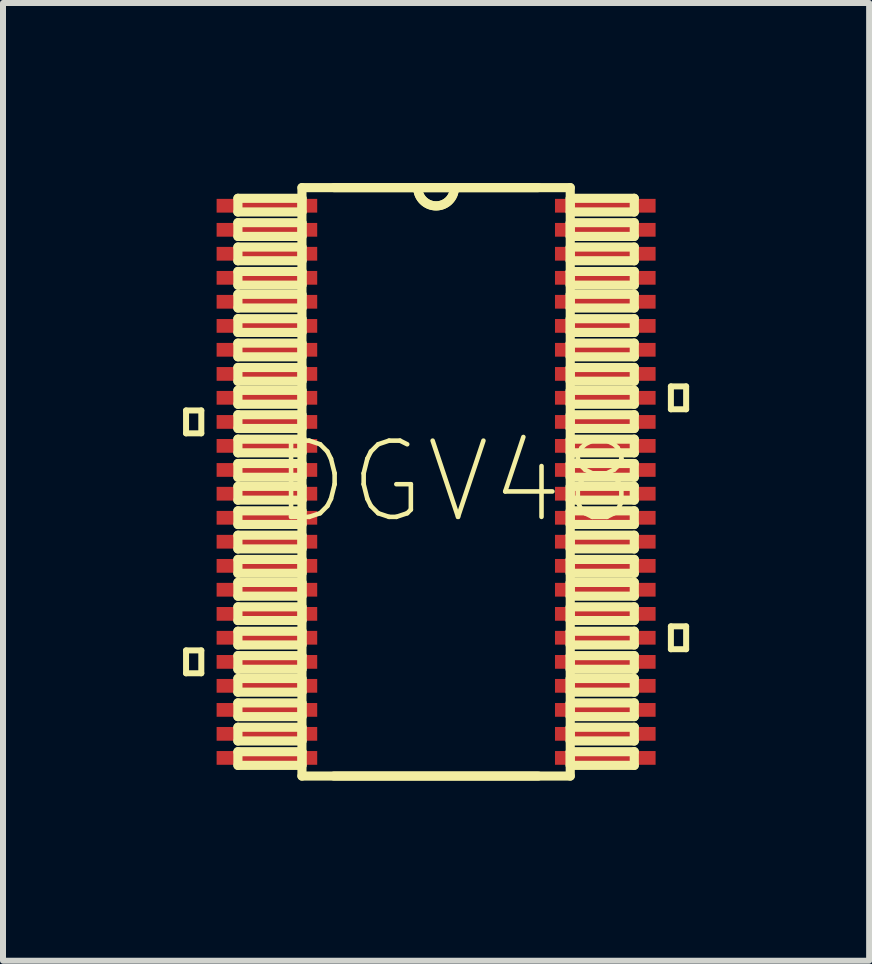
<source format=kicad_pcb>
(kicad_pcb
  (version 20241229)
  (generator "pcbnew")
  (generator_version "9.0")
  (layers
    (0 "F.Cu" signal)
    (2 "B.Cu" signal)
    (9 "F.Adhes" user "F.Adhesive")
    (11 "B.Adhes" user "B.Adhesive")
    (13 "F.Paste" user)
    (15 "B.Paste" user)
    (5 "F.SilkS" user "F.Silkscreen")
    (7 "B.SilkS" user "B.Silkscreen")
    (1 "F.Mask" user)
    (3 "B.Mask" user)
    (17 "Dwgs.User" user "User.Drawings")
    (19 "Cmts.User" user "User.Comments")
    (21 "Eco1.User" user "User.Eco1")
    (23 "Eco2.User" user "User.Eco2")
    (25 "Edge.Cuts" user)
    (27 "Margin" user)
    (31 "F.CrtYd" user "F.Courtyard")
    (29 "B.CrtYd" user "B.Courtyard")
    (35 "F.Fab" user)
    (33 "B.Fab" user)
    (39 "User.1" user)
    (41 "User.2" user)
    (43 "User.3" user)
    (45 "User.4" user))
  (footprint "DGV48"
    (layer "F.Cu")
    (at 4.216 4.978)
    (property "Reference" "DGV48" (at 0.305 0 0) (layer "F.SilkS") (effects (font (size 1.27 1.27) (thickness 0.076))))
    (attr smd)
    (fp_line (start -4.166 -1.189) (end -4.166 -0.808) (stroke (width 0.1) (type solid)) (layer "F.SilkS"))
    (fp_line (start -4.166 -0.808) (end -3.912 -0.808) (stroke (width 0.1) (type solid)) (layer "F.SilkS"))
    (fp_line (start -4.166 2.809) (end -4.166 3.19) (stroke (width 0.1) (type solid)) (layer "F.SilkS"))
    (fp_line (start -4.166 3.19) (end -3.912 3.19) (stroke (width 0.1) (type solid)) (layer "F.SilkS"))
    (fp_line (start -3.912 -1.189) (end -4.166 -1.189) (stroke (width 0.1) (type solid)) (layer "F.SilkS"))
    (fp_line (start -3.912 -0.808) (end -3.912 -1.189) (stroke (width 0.1) (type solid)) (layer "F.SilkS"))
    (fp_line (start -3.912 2.809) (end -4.166 2.809) (stroke (width 0.1) (type solid)) (layer "F.SilkS"))
    (fp_line (start -3.912 3.19) (end -3.912 2.809) (stroke (width 0.1) (type solid)) (layer "F.SilkS"))
    (fp_line (start -3.302 -4.724) (end -3.302 -4.496) (stroke (width 0.152) (type solid)) (layer "F.SilkS"))
    (fp_line (start -3.302 -4.496) (end -2.235 -4.496) (stroke (width 0.152) (type solid)) (layer "F.SilkS"))
    (fp_line (start -3.302 -4.318) (end -3.302 -4.089) (stroke (width 0.152) (type solid)) (layer "F.SilkS"))
    (fp_line (start -3.302 -4.089) (end -2.235 -4.089) (stroke (width 0.152) (type solid)) (layer "F.SilkS"))
    (fp_line (start -3.302 -3.912) (end -3.302 -3.683) (stroke (width 0.152) (type solid)) (layer "F.SilkS"))
    (fp_line (start -3.302 -3.683) (end -2.235 -3.683) (stroke (width 0.152) (type solid)) (layer "F.SilkS"))
    (fp_line (start -3.302 -3.505) (end -3.302 -3.277) (stroke (width 0.152) (type solid)) (layer "F.SilkS"))
    (fp_line (start -3.302 -3.277) (end -2.235 -3.277) (stroke (width 0.152) (type solid)) (layer "F.SilkS"))
    (fp_line (start -3.302 -3.124) (end -3.302 -2.896) (stroke (width 0.152) (type solid)) (layer "F.SilkS"))
    (fp_line (start -3.302 -2.896) (end -2.235 -2.896) (stroke (width 0.152) (type solid)) (layer "F.SilkS"))
    (fp_line (start -3.302 -2.718) (end -3.302 -2.489) (stroke (width 0.152) (type solid)) (layer "F.SilkS"))
    (fp_line (start -3.302 -2.489) (end -2.235 -2.489) (stroke (width 0.152) (type solid)) (layer "F.SilkS"))
    (fp_line (start -3.302 -2.311) (end -3.302 -2.083) (stroke (width 0.152) (type solid)) (layer "F.SilkS"))
    (fp_line (start -3.302 -2.083) (end -2.235 -2.083) (stroke (width 0.152) (type solid)) (layer "F.SilkS"))
    (fp_line (start -3.302 -1.905) (end -3.302 -1.676) (stroke (width 0.152) (type solid)) (layer "F.SilkS"))
    (fp_line (start -3.302 -1.676) (end -2.235 -1.676) (stroke (width 0.152) (type solid)) (layer "F.SilkS"))
    (fp_line (start -3.302 -1.524) (end -3.302 -1.293) (stroke (width 0.152) (type solid)) (layer "F.SilkS"))
    (fp_line (start -3.302 -1.293) (end -2.235 -1.293) (stroke (width 0.152) (type solid)) (layer "F.SilkS"))
    (fp_line (start -3.302 -1.118) (end -3.302 -0.889) (stroke (width 0.152) (type solid)) (layer "F.SilkS"))
    (fp_line (start -3.302 -0.889) (end -2.235 -0.889) (stroke (width 0.152) (type solid)) (layer "F.SilkS"))
    (fp_line (start -3.302 -0.711) (end -3.302 -0.483) (stroke (width 0.152) (type solid)) (layer "F.SilkS"))
    (fp_line (start -3.302 -0.483) (end -2.235 -0.483) (stroke (width 0.152) (type solid)) (layer "F.SilkS"))
    (fp_line (start -3.302 -0.305) (end -3.302 -0.076) (stroke (width 0.152) (type solid)) (layer "F.SilkS"))
    (fp_line (start -3.302 -0.076) (end -2.235 -0.076) (stroke (width 0.152) (type solid)) (layer "F.SilkS"))
    (fp_line (start -3.302 0.076) (end -3.302 0.305) (stroke (width 0.152) (type solid)) (layer "F.SilkS"))
    (fp_line (start -3.302 0.305) (end -2.235 0.305) (stroke (width 0.152) (type solid)) (layer "F.SilkS"))
    (fp_line (start -3.302 0.483) (end -3.302 0.711) (stroke (width 0.152) (type solid)) (layer "F.SilkS"))
    (fp_line (start -3.302 0.711) (end -2.235 0.711) (stroke (width 0.152) (type solid)) (layer "F.SilkS"))
    (fp_line (start -3.302 0.889) (end -3.302 1.118) (stroke (width 0.152) (type solid)) (layer "F.SilkS"))
    (fp_line (start -3.302 1.118) (end -2.235 1.118) (stroke (width 0.152) (type solid)) (layer "F.SilkS"))
    (fp_line (start -3.302 1.293) (end -3.302 1.524) (stroke (width 0.152) (type solid)) (layer "F.SilkS"))
    (fp_line (start -3.302 1.524) (end -2.235 1.524) (stroke (width 0.152) (type solid)) (layer "F.SilkS"))
    (fp_line (start -3.302 1.676) (end -3.302 1.905) (stroke (width 0.152) (type solid)) (layer "F.SilkS"))
    (fp_line (start -3.302 1.905) (end -2.235 1.905) (stroke (width 0.152) (type solid)) (layer "F.SilkS"))
    (fp_line (start -3.302 2.083) (end -3.302 2.311) (stroke (width 0.152) (type solid)) (layer "F.SilkS"))
    (fp_line (start -3.302 2.311) (end -2.235 2.311) (stroke (width 0.152) (type solid)) (layer "F.SilkS"))
    (fp_line (start -3.302 2.489) (end -3.302 2.718) (stroke (width 0.152) (type solid)) (layer "F.SilkS"))
    (fp_line (start -3.302 2.718) (end -2.235 2.718) (stroke (width 0.152) (type solid)) (layer "F.SilkS"))
    (fp_line (start -3.302 2.896) (end -3.302 3.124) (stroke (width 0.152) (type solid)) (layer "F.SilkS"))
    (fp_line (start -3.302 3.124) (end -2.235 3.124) (stroke (width 0.152) (type solid)) (layer "F.SilkS"))
    (fp_line (start -3.302 3.277) (end -3.302 3.505) (stroke (width 0.152) (type solid)) (layer "F.SilkS"))
    (fp_line (start -3.302 3.505) (end -2.235 3.505) (stroke (width 0.152) (type solid)) (layer "F.SilkS"))
    (fp_line (start -3.302 3.683) (end -3.302 3.912) (stroke (width 0.152) (type solid)) (layer "F.SilkS"))
    (fp_line (start -3.302 3.912) (end -2.235 3.912) (stroke (width 0.152) (type solid)) (layer "F.SilkS"))
    (fp_line (start -3.302 4.089) (end -3.302 4.318) (stroke (width 0.152) (type solid)) (layer "F.SilkS"))
    (fp_line (start -3.302 4.318) (end -2.235 4.318) (stroke (width 0.152) (type solid)) (layer "F.SilkS"))
    (fp_line (start -3.302 4.496) (end -3.302 4.724) (stroke (width 0.152) (type solid)) (layer "F.SilkS"))
    (fp_line (start -3.302 4.724) (end -2.235 4.724) (stroke (width 0.152) (type solid)) (layer "F.SilkS"))
    (fp_line (start -2.235 -4.902) (end -2.235 4.902) (stroke (width 0.152) (type solid)) (layer "F.SilkS"))
    (fp_line (start -2.235 -4.724) (end -3.302 -4.724) (stroke (width 0.152) (type solid)) (layer "F.SilkS"))
    (fp_line (start -2.235 -4.496) (end -2.235 -4.724) (stroke (width 0.152) (type solid)) (layer "F.SilkS"))
    (fp_line (start -2.235 -4.318) (end -3.302 -4.318) (stroke (width 0.152) (type solid)) (layer "F.SilkS"))
    (fp_line (start -2.235 -4.089) (end -2.235 -4.318) (stroke (width 0.152) (type solid)) (layer "F.SilkS"))
    (fp_line (start -2.235 -3.912) (end -3.302 -3.912) (stroke (width 0.152) (type solid)) (layer "F.SilkS"))
    (fp_line (start -2.235 -3.683) (end -2.235 -3.912) (stroke (width 0.152) (type solid)) (layer "F.SilkS"))
    (fp_line (start -2.235 -3.505) (end -3.302 -3.505) (stroke (width 0.152) (type solid)) (layer "F.SilkS"))
    (fp_line (start -2.235 -3.277) (end -2.235 -3.505) (stroke (width 0.152) (type solid)) (layer "F.SilkS"))
    (fp_line (start -2.235 -3.124) (end -3.302 -3.124) (stroke (width 0.152) (type solid)) (layer "F.SilkS"))
    (fp_line (start -2.235 -2.896) (end -2.235 -3.124) (stroke (width 0.152) (type solid)) (layer "F.SilkS"))
    (fp_line (start -2.235 -2.718) (end -3.302 -2.718) (stroke (width 0.152) (type solid)) (layer "F.SilkS"))
    (fp_line (start -2.235 -2.489) (end -2.235 -2.718) (stroke (width 0.152) (type solid)) (layer "F.SilkS"))
    (fp_line (start -2.235 -2.311) (end -3.302 -2.311) (stroke (width 0.152) (type solid)) (layer "F.SilkS"))
    (fp_line (start -2.235 -2.083) (end -2.235 -2.311) (stroke (width 0.152) (type solid)) (layer "F.SilkS"))
    (fp_line (start -2.235 -1.905) (end -3.302 -1.905) (stroke (width 0.152) (type solid)) (layer "F.SilkS"))
    (fp_line (start -2.235 -1.676) (end -2.235 -1.905) (stroke (width 0.152) (type solid)) (layer "F.SilkS"))
    (fp_line (start -2.235 -1.524) (end -3.302 -1.524) (stroke (width 0.152) (type solid)) (layer "F.SilkS"))
    (fp_line (start -2.235 -1.293) (end -2.235 -1.524) (stroke (width 0.152) (type solid)) (layer "F.SilkS"))
    (fp_line (start -2.235 -1.118) (end -3.302 -1.118) (stroke (width 0.152) (type solid)) (layer "F.SilkS"))
    (fp_line (start -2.235 -0.889) (end -2.235 -1.118) (stroke (width 0.152) (type solid)) (layer "F.SilkS"))
    (fp_line (start -2.235 -0.711) (end -3.302 -0.711) (stroke (width 0.152) (type solid)) (layer "F.SilkS"))
    (fp_line (start -2.235 -0.483) (end -2.235 -0.711) (stroke (width 0.152) (type solid)) (layer "F.SilkS"))
    (fp_line (start -2.235 -0.305) (end -3.302 -0.305) (stroke (width 0.152) (type solid)) (layer "F.SilkS"))
    (fp_line (start -2.235 -0.076) (end -2.235 -0.305) (stroke (width 0.152) (type solid)) (layer "F.SilkS"))
    (fp_line (start -2.235 0.076) (end -3.302 0.076) (stroke (width 0.152) (type solid)) (layer "F.SilkS"))
    (fp_line (start -2.235 0.305) (end -2.235 0.076) (stroke (width 0.152) (type solid)) (layer "F.SilkS"))
    (fp_line (start -2.235 0.483) (end -3.302 0.483) (stroke (width 0.152) (type solid)) (layer "F.SilkS"))
    (fp_line (start -2.235 0.711) (end -2.235 0.483) (stroke (width 0.152) (type solid)) (layer "F.SilkS"))
    (fp_line (start -2.235 0.889) (end -3.302 0.889) (stroke (width 0.152) (type solid)) (layer "F.SilkS"))
    (fp_line (start -2.235 1.118) (end -2.235 0.889) (stroke (width 0.152) (type solid)) (layer "F.SilkS"))
    (fp_line (start -2.235 1.293) (end -3.302 1.293) (stroke (width 0.152) (type solid)) (layer "F.SilkS"))
    (fp_line (start -2.235 1.524) (end -2.235 1.293) (stroke (width 0.152) (type solid)) (layer "F.SilkS"))
    (fp_line (start -2.235 1.676) (end -3.302 1.676) (stroke (width 0.152) (type solid)) (layer "F.SilkS"))
    (fp_line (start -2.235 1.905) (end -2.235 1.676) (stroke (width 0.152) (type solid)) (layer "F.SilkS"))
    (fp_line (start -2.235 2.083) (end -3.302 2.083) (stroke (width 0.152) (type solid)) (layer "F.SilkS"))
    (fp_line (start -2.235 2.311) (end -2.235 2.083) (stroke (width 0.152) (type solid)) (layer "F.SilkS"))
    (fp_line (start -2.235 2.489) (end -3.302 2.489) (stroke (width 0.152) (type solid)) (layer "F.SilkS"))
    (fp_line (start -2.235 2.718) (end -2.235 2.489) (stroke (width 0.152) (type solid)) (layer "F.SilkS"))
    (fp_line (start -2.235 2.896) (end -3.302 2.896) (stroke (width 0.152) (type solid)) (layer "F.SilkS"))
    (fp_line (start -2.235 3.124) (end -2.235 2.896) (stroke (width 0.152) (type solid)) (layer "F.SilkS"))
    (fp_line (start -2.235 3.277) (end -3.302 3.277) (stroke (width 0.152) (type solid)) (layer "F.SilkS"))
    (fp_line (start -2.235 3.505) (end -2.235 3.277) (stroke (width 0.152) (type solid)) (layer "F.SilkS"))
    (fp_line (start -2.235 3.683) (end -3.302 3.683) (stroke (width 0.152) (type solid)) (layer "F.SilkS"))
    (fp_line (start -2.235 3.912) (end -2.235 3.683) (stroke (width 0.152) (type solid)) (layer "F.SilkS"))
    (fp_line (start -2.235 4.089) (end -3.302 4.089) (stroke (width 0.152) (type solid)) (layer "F.SilkS"))
    (fp_line (start -2.235 4.318) (end -2.235 4.089) (stroke (width 0.152) (type solid)) (layer "F.SilkS"))
    (fp_line (start -2.235 4.496) (end -3.302 4.496) (stroke (width 0.152) (type solid)) (layer "F.SilkS"))
    (fp_line (start -2.235 4.724) (end -2.235 4.496) (stroke (width 0.152) (type solid)) (layer "F.SilkS"))
    (fp_line (start -2.235 4.902) (end 2.235 4.902) (stroke (width 0.152) (type solid)) (layer "F.SilkS"))
    (fp_line (start -1.702 4.902) (end 1.702 4.902) (stroke (width 0.152) (type solid)) (layer "F.SilkS"))
    (fp_line (start -0.305 -4.902) (end -2.235 -4.902) (stroke (width 0.152) (type solid)) (layer "F.SilkS"))
    (fp_line (start -0.305 -4.902) (end -1.702 -4.902) (stroke (width 0.152) (type solid)) (layer "F.SilkS"))
    (fp_line (start 0.305 -4.902) (end -0.305 -4.902) (stroke (width 0.152) (type solid)) (layer "F.SilkS"))
    (fp_line (start 0.305 -4.902) (end -0.305 -4.902) (stroke (width 0.152) (type solid)) (layer "F.SilkS"))
    (fp_line (start 1.702 -4.902) (end 0.305 -4.902) (stroke (width 0.152) (type solid)) (layer "F.SilkS"))
    (fp_line (start 2.235 -4.902) (end 0.305 -4.902) (stroke (width 0.152) (type solid)) (layer "F.SilkS"))
    (fp_line (start 2.235 -4.724) (end 2.235 -4.496) (stroke (width 0.152) (type solid)) (layer "F.SilkS"))
    (fp_line (start 2.235 -4.496) (end 3.302 -4.496) (stroke (width 0.152) (type solid)) (layer "F.SilkS"))
    (fp_line (start 2.235 -4.318) (end 2.235 -4.089) (stroke (width 0.152) (type solid)) (layer "F.SilkS"))
    (fp_line (start 2.235 -4.089) (end 3.302 -4.089) (stroke (width 0.152) (type solid)) (layer "F.SilkS"))
    (fp_line (start 2.235 -3.912) (end 2.235 -3.683) (stroke (width 0.152) (type solid)) (layer "F.SilkS"))
    (fp_line (start 2.235 -3.683) (end 3.302 -3.683) (stroke (width 0.152) (type solid)) (layer "F.SilkS"))
    (fp_line (start 2.235 -3.505) (end 2.235 -3.277) (stroke (width 0.152) (type solid)) (layer "F.SilkS"))
    (fp_line (start 2.235 -3.277) (end 3.302 -3.277) (stroke (width 0.152) (type solid)) (layer "F.SilkS"))
    (fp_line (start 2.235 -3.124) (end 2.235 -2.896) (stroke (width 0.152) (type solid)) (layer "F.SilkS"))
    (fp_line (start 2.235 -2.896) (end 3.302 -2.896) (stroke (width 0.152) (type solid)) (layer "F.SilkS"))
    (fp_line (start 2.235 -2.718) (end 2.235 -2.489) (stroke (width 0.152) (type solid)) (layer "F.SilkS"))
    (fp_line (start 2.235 -2.489) (end 3.302 -2.489) (stroke (width 0.152) (type solid)) (layer "F.SilkS"))
    (fp_line (start 2.235 -2.311) (end 2.235 -2.083) (stroke (width 0.152) (type solid)) (layer "F.SilkS"))
    (fp_line (start 2.235 -2.083) (end 3.302 -2.083) (stroke (width 0.152) (type solid)) (layer "F.SilkS"))
    (fp_line (start 2.235 -1.905) (end 2.235 -1.676) (stroke (width 0.152) (type solid)) (layer "F.SilkS"))
    (fp_line (start 2.235 -1.676) (end 3.302 -1.676) (stroke (width 0.152) (type solid)) (layer "F.SilkS"))
    (fp_line (start 2.235 -1.524) (end 2.235 -1.293) (stroke (width 0.152) (type solid)) (layer "F.SilkS"))
    (fp_line (start 2.235 -1.293) (end 3.302 -1.293) (stroke (width 0.152) (type solid)) (layer "F.SilkS"))
    (fp_line (start 2.235 -1.118) (end 2.235 -0.889) (stroke (width 0.152) (type solid)) (layer "F.SilkS"))
    (fp_line (start 2.235 -0.889) (end 3.302 -0.889) (stroke (width 0.152) (type solid)) (layer "F.SilkS"))
    (fp_line (start 2.235 -0.711) (end 2.235 -0.483) (stroke (width 0.152) (type solid)) (layer "F.SilkS"))
    (fp_line (start 2.235 -0.483) (end 3.302 -0.483) (stroke (width 0.152) (type solid)) (layer "F.SilkS"))
    (fp_line (start 2.235 -0.305) (end 2.235 -0.076) (stroke (width 0.152) (type solid)) (layer "F.SilkS"))
    (fp_line (start 2.235 -0.076) (end 3.302 -0.076) (stroke (width 0.152) (type solid)) (layer "F.SilkS"))
    (fp_line (start 2.235 0.076) (end 2.235 0.305) (stroke (width 0.152) (type solid)) (layer "F.SilkS"))
    (fp_line (start 2.235 0.305) (end 3.302 0.305) (stroke (width 0.152) (type solid)) (layer "F.SilkS"))
    (fp_line (start 2.235 0.483) (end 2.235 0.711) (stroke (width 0.152) (type solid)) (layer "F.SilkS"))
    (fp_line (start 2.235 0.711) (end 3.302 0.711) (stroke (width 0.152) (type solid)) (layer "F.SilkS"))
    (fp_line (start 2.235 0.889) (end 2.235 1.118) (stroke (width 0.152) (type solid)) (layer "F.SilkS"))
    (fp_line (start 2.235 1.118) (end 3.302 1.118) (stroke (width 0.152) (type solid)) (layer "F.SilkS"))
    (fp_line (start 2.235 1.293) (end 2.235 1.524) (stroke (width 0.152) (type solid)) (layer "F.SilkS"))
    (fp_line (start 2.235 1.524) (end 3.302 1.524) (stroke (width 0.152) (type solid)) (layer "F.SilkS"))
    (fp_line (start 2.235 1.676) (end 2.235 1.905) (stroke (width 0.152) (type solid)) (layer "F.SilkS"))
    (fp_line (start 2.235 1.905) (end 3.302 1.905) (stroke (width 0.152) (type solid)) (layer "F.SilkS"))
    (fp_line (start 2.235 2.083) (end 2.235 2.311) (stroke (width 0.152) (type solid)) (layer "F.SilkS"))
    (fp_line (start 2.235 2.311) (end 3.302 2.311) (stroke (width 0.152) (type solid)) (layer "F.SilkS"))
    (fp_line (start 2.235 2.489) (end 2.235 2.718) (stroke (width 0.152) (type solid)) (layer "F.SilkS"))
    (fp_line (start 2.235 2.718) (end 3.302 2.718) (stroke (width 0.152) (type solid)) (layer "F.SilkS"))
    (fp_line (start 2.235 2.896) (end 2.235 3.124) (stroke (width 0.152) (type solid)) (layer "F.SilkS"))
    (fp_line (start 2.235 3.124) (end 3.302 3.124) (stroke (width 0.152) (type solid)) (layer "F.SilkS"))
    (fp_line (start 2.235 3.277) (end 2.235 3.505) (stroke (width 0.152) (type solid)) (layer "F.SilkS"))
    (fp_line (start 2.235 3.505) (end 3.302 3.505) (stroke (width 0.152) (type solid)) (layer "F.SilkS"))
    (fp_line (start 2.235 3.683) (end 2.235 3.912) (stroke (width 0.152) (type solid)) (layer "F.SilkS"))
    (fp_line (start 2.235 3.912) (end 3.302 3.912) (stroke (width 0.152) (type solid)) (layer "F.SilkS"))
    (fp_line (start 2.235 4.089) (end 2.235 4.318) (stroke (width 0.152) (type solid)) (layer "F.SilkS"))
    (fp_line (start 2.235 4.318) (end 3.302 4.318) (stroke (width 0.152) (type solid)) (layer "F.SilkS"))
    (fp_line (start 2.235 4.496) (end 2.235 4.724) (stroke (width 0.152) (type solid)) (layer "F.SilkS"))
    (fp_line (start 2.235 4.724) (end 3.302 4.724) (stroke (width 0.152) (type solid)) (layer "F.SilkS"))
    (fp_line (start 2.235 4.902) (end 2.235 -4.902) (stroke (width 0.152) (type solid)) (layer "F.SilkS"))
    (fp_line (start 3.302 -4.724) (end 2.235 -4.724) (stroke (width 0.152) (type solid)) (layer "F.SilkS"))
    (fp_line (start 3.302 -4.496) (end 3.302 -4.724) (stroke (width 0.152) (type solid)) (layer "F.SilkS"))
    (fp_line (start 3.302 -4.318) (end 2.235 -4.318) (stroke (width 0.152) (type solid)) (layer "F.SilkS"))
    (fp_line (start 3.302 -4.089) (end 3.302 -4.318) (stroke (width 0.152) (type solid)) (layer "F.SilkS"))
    (fp_line (start 3.302 -3.912) (end 2.235 -3.912) (stroke (width 0.152) (type solid)) (layer "F.SilkS"))
    (fp_line (start 3.302 -3.683) (end 3.302 -3.912) (stroke (width 0.152) (type solid)) (layer "F.SilkS"))
    (fp_line (start 3.302 -3.505) (end 2.235 -3.505) (stroke (width 0.152) (type solid)) (layer "F.SilkS"))
    (fp_line (start 3.302 -3.277) (end 3.302 -3.505) (stroke (width 0.152) (type solid)) (layer "F.SilkS"))
    (fp_line (start 3.302 -3.124) (end 2.235 -3.124) (stroke (width 0.152) (type solid)) (layer "F.SilkS"))
    (fp_line (start 3.302 -2.896) (end 3.302 -3.124) (stroke (width 0.152) (type solid)) (layer "F.SilkS"))
    (fp_line (start 3.302 -2.718) (end 2.235 -2.718) (stroke (width 0.152) (type solid)) (layer "F.SilkS"))
    (fp_line (start 3.302 -2.489) (end 3.302 -2.718) (stroke (width 0.152) (type solid)) (layer "F.SilkS"))
    (fp_line (start 3.302 -2.311) (end 2.235 -2.311) (stroke (width 0.152) (type solid)) (layer "F.SilkS"))
    (fp_line (start 3.302 -2.083) (end 3.302 -2.311) (stroke (width 0.152) (type solid)) (layer "F.SilkS"))
    (fp_line (start 3.302 -1.905) (end 2.235 -1.905) (stroke (width 0.152) (type solid)) (layer "F.SilkS"))
    (fp_line (start 3.302 -1.676) (end 3.302 -1.905) (stroke (width 0.152) (type solid)) (layer "F.SilkS"))
    (fp_line (start 3.302 -1.524) (end 2.235 -1.524) (stroke (width 0.152) (type solid)) (layer "F.SilkS"))
    (fp_line (start 3.302 -1.293) (end 3.302 -1.524) (stroke (width 0.152) (type solid)) (layer "F.SilkS"))
    (fp_line (start 3.302 -1.118) (end 2.235 -1.118) (stroke (width 0.152) (type solid)) (layer "F.SilkS"))
    (fp_line (start 3.302 -0.889) (end 3.302 -1.118) (stroke (width 0.152) (type solid)) (layer "F.SilkS"))
    (fp_line (start 3.302 -0.711) (end 2.235 -0.711) (stroke (width 0.152) (type solid)) (layer "F.SilkS"))
    (fp_line (start 3.302 -0.483) (end 3.302 -0.711) (stroke (width 0.152) (type solid)) (layer "F.SilkS"))
    (fp_line (start 3.302 -0.305) (end 2.235 -0.305) (stroke (width 0.152) (type solid)) (layer "F.SilkS"))
    (fp_line (start 3.302 -0.076) (end 3.302 -0.305) (stroke (width 0.152) (type solid)) (layer "F.SilkS"))
    (fp_line (start 3.302 0.076) (end 2.235 0.076) (stroke (width 0.152) (type solid)) (layer "F.SilkS"))
    (fp_line (start 3.302 0.305) (end 3.302 0.076) (stroke (width 0.152) (type solid)) (layer "F.SilkS"))
    (fp_line (start 3.302 0.483) (end 2.235 0.483) (stroke (width 0.152) (type solid)) (layer "F.SilkS"))
    (fp_line (start 3.302 0.711) (end 3.302 0.483) (stroke (width 0.152) (type solid)) (layer "F.SilkS"))
    (fp_line (start 3.302 0.889) (end 2.235 0.889) (stroke (width 0.152) (type solid)) (layer "F.SilkS"))
    (fp_line (start 3.302 1.118) (end 3.302 0.889) (stroke (width 0.152) (type solid)) (layer "F.SilkS"))
    (fp_line (start 3.302 1.293) (end 2.235 1.293) (stroke (width 0.152) (type solid)) (layer "F.SilkS"))
    (fp_line (start 3.302 1.524) (end 3.302 1.293) (stroke (width 0.152) (type solid)) (layer "F.SilkS"))
    (fp_line (start 3.302 1.676) (end 2.235 1.676) (stroke (width 0.152) (type solid)) (layer "F.SilkS"))
    (fp_line (start 3.302 1.905) (end 3.302 1.676) (stroke (width 0.152) (type solid)) (layer "F.SilkS"))
    (fp_line (start 3.302 2.083) (end 2.235 2.083) (stroke (width 0.152) (type solid)) (layer "F.SilkS"))
    (fp_line (start 3.302 2.311) (end 3.302 2.083) (stroke (width 0.152) (type solid)) (layer "F.SilkS"))
    (fp_line (start 3.302 2.489) (end 2.235 2.489) (stroke (width 0.152) (type solid)) (layer "F.SilkS"))
    (fp_line (start 3.302 2.718) (end 3.302 2.489) (stroke (width 0.152) (type solid)) (layer "F.SilkS"))
    (fp_line (start 3.302 2.896) (end 2.235 2.896) (stroke (width 0.152) (type solid)) (layer "F.SilkS"))
    (fp_line (start 3.302 3.124) (end 3.302 2.896) (stroke (width 0.152) (type solid)) (layer "F.SilkS"))
    (fp_line (start 3.302 3.277) (end 2.235 3.277) (stroke (width 0.152) (type solid)) (layer "F.SilkS"))
    (fp_line (start 3.302 3.505) (end 3.302 3.277) (stroke (width 0.152) (type solid)) (layer "F.SilkS"))
    (fp_line (start 3.302 3.683) (end 2.235 3.683) (stroke (width 0.152) (type solid)) (layer "F.SilkS"))
    (fp_line (start 3.302 3.912) (end 3.302 3.683) (stroke (width 0.152) (type solid)) (layer "F.SilkS"))
    (fp_line (start 3.302 4.089) (end 2.235 4.089) (stroke (width 0.152) (type solid)) (layer "F.SilkS"))
    (fp_line (start 3.302 4.318) (end 3.302 4.089) (stroke (width 0.152) (type solid)) (layer "F.SilkS"))
    (fp_line (start 3.302 4.496) (end 2.235 4.496) (stroke (width 0.152) (type solid)) (layer "F.SilkS"))
    (fp_line (start 3.302 4.724) (end 3.302 4.496) (stroke (width 0.152) (type solid)) (layer "F.SilkS"))
    (fp_line (start 3.912 -1.59) (end 4.166 -1.59) (stroke (width 0.1) (type solid)) (layer "F.SilkS"))
    (fp_line (start 3.912 -1.209) (end 3.912 -1.59) (stroke (width 0.1) (type solid)) (layer "F.SilkS"))
    (fp_line (start 3.912 2.408) (end 4.166 2.408) (stroke (width 0.1) (type solid)) (layer "F.SilkS"))
    (fp_line (start 3.912 2.789) (end 3.912 2.408) (stroke (width 0.1) (type solid)) (layer "F.SilkS"))
    (fp_line (start 4.166 -1.59) (end 4.166 -1.209) (stroke (width 0.1) (type solid)) (layer "F.SilkS"))
    (fp_line (start 4.166 -1.209) (end 3.912 -1.209) (stroke (width 0.1) (type solid)) (layer "F.SilkS"))
    (fp_line (start 4.166 2.408) (end 4.166 2.789) (stroke (width 0.1) (type solid)) (layer "F.SilkS"))
    (fp_line (start 4.166 2.789) (end 3.912 2.789) (stroke (width 0.1) (type solid)) (layer "F.SilkS"))
    (fp_arc (start 0.3048 -4.9022) (mid 0 -4.5974) (end -0.3048 -4.9022) (stroke (width 0.1524) (type solid)) (layer "F.SilkS"))
    (fp_arc (start 0.3048 -4.9022) (mid 0 -4.5974) (end -0.3048 -4.9022) (stroke (width 0.1524) (type solid)) (layer "F.SilkS"))
    (pad "1" smd rect (at -2.819 -4.6) (size 1.676 0.229) (layers "F.Cu" "F.Mask" "F.Paste"))
    (pad "2" smd rect (at -2.819 -4.199) (size 1.676 0.229) (layers "F.Cu" "F.Mask" "F.Paste"))
    (pad "3" smd rect (at -2.819 -3.8) (size 1.676 0.229) (layers "F.Cu" "F.Mask" "F.Paste"))
    (pad "4" smd rect (at -2.819 -3.399) (size 1.676 0.229) (layers "F.Cu" "F.Mask" "F.Paste"))
    (pad "5" smd rect (at -2.819 -3) (size 1.676 0.229) (layers "F.Cu" "F.Mask" "F.Paste"))
    (pad "6" smd rect (at -2.819 -2.598) (size 1.676 0.229) (layers "F.Cu" "F.Mask" "F.Paste"))
    (pad "7" smd rect (at -2.819 -2.2) (size 1.676 0.229) (layers "F.Cu" "F.Mask" "F.Paste"))
    (pad "8" smd rect (at -2.819 -1.798) (size 1.676 0.229) (layers "F.Cu" "F.Mask" "F.Paste"))
    (pad "9" smd rect (at -2.819 -1.4) (size 1.676 0.229) (layers "F.Cu" "F.Mask" "F.Paste"))
    (pad "10" smd rect (at -2.819 -0.998) (size 1.676 0.229) (layers "F.Cu" "F.Mask" "F.Paste"))
    (pad "11" smd rect (at -2.819 -0.599) (size 1.676 0.229) (layers "F.Cu" "F.Mask" "F.Paste"))
    (pad "12" smd rect (at -2.819 -0.198) (size 1.676 0.229) (layers "F.Cu" "F.Mask" "F.Paste"))
    (pad "13" smd rect (at -2.819 0.198) (size 1.676 0.229) (layers "F.Cu" "F.Mask" "F.Paste"))
    (pad "14" smd rect (at -2.819 0.599) (size 1.676 0.229) (layers "F.Cu" "F.Mask" "F.Paste"))
    (pad "15" smd rect (at -2.819 0.998) (size 1.676 0.229) (layers "F.Cu" "F.Mask" "F.Paste"))
    (pad "16" smd rect (at -2.819 1.4) (size 1.676 0.229) (layers "F.Cu" "F.Mask" "F.Paste"))
    (pad "17" smd rect (at -2.819 1.798) (size 1.676 0.229) (layers "F.Cu" "F.Mask" "F.Paste"))
    (pad "18" smd rect (at -2.819 2.2) (size 1.676 0.229) (layers "F.Cu" "F.Mask" "F.Paste"))
    (pad "19" smd rect (at -2.819 2.598) (size 1.676 0.229) (layers "F.Cu" "F.Mask" "F.Paste"))
    (pad "20" smd rect (at -2.819 3) (size 1.676 0.229) (layers "F.Cu" "F.Mask" "F.Paste"))
    (pad "21" smd rect (at -2.819 3.399) (size 1.676 0.229) (layers "F.Cu" "F.Mask" "F.Paste"))
    (pad "22" smd rect (at -2.819 3.8) (size 1.676 0.229) (layers "F.Cu" "F.Mask" "F.Paste"))
    (pad "23" smd rect (at -2.819 4.199) (size 1.676 0.229) (layers "F.Cu" "F.Mask" "F.Paste"))
    (pad "24" smd rect (at -2.819 4.6) (size 1.676 0.229) (layers "F.Cu" "F.Mask" "F.Paste"))
    (pad "25" smd rect (at 2.819 4.6) (size 1.676 0.229) (layers "F.Cu" "F.Mask" "F.Paste"))
    (pad "26" smd rect (at 2.819 4.199) (size 1.676 0.229) (layers "F.Cu" "F.Mask" "F.Paste"))
    (pad "27" smd rect (at 2.819 3.8) (size 1.676 0.229) (layers "F.Cu" "F.Mask" "F.Paste"))
    (pad "28" smd rect (at 2.819 3.399) (size 1.676 0.229) (layers "F.Cu" "F.Mask" "F.Paste"))
    (pad "29" smd rect (at 2.819 3) (size 1.676 0.229) (layers "F.Cu" "F.Mask" "F.Paste"))
    (pad "30" smd rect (at 2.819 2.598) (size 1.676 0.229) (layers "F.Cu" "F.Mask" "F.Paste"))
    (pad "31" smd rect (at 2.819 2.2) (size 1.676 0.229) (layers "F.Cu" "F.Mask" "F.Paste"))
    (pad "32" smd rect (at 2.819 1.798) (size 1.676 0.229) (layers "F.Cu" "F.Mask" "F.Paste"))
    (pad "33" smd rect (at 2.819 1.4) (size 1.676 0.229) (layers "F.Cu" "F.Mask" "F.Paste"))
    (pad "34" smd rect (at 2.819 0.998) (size 1.676 0.229) (layers "F.Cu" "F.Mask" "F.Paste"))
    (pad "35" smd rect (at 2.819 0.599) (size 1.676 0.229) (layers "F.Cu" "F.Mask" "F.Paste"))
    (pad "36" smd rect (at 2.819 0.198) (size 1.676 0.229) (layers "F.Cu" "F.Mask" "F.Paste"))
    (pad "37" smd rect (at 2.819 -0.198) (size 1.676 0.229) (layers "F.Cu" "F.Mask" "F.Paste"))
    (pad "38" smd rect (at 2.819 -0.599) (size 1.676 0.229) (layers "F.Cu" "F.Mask" "F.Paste"))
    (pad "39" smd rect (at 2.819 -0.998) (size 1.676 0.229) (layers "F.Cu" "F.Mask" "F.Paste"))
    (pad "40" smd rect (at 2.819 -1.4) (size 1.676 0.229) (layers "F.Cu" "F.Mask" "F.Paste"))
    (pad "41" smd rect (at 2.819 -1.798) (size 1.676 0.229) (layers "F.Cu" "F.Mask" "F.Paste"))
    (pad "42" smd rect (at 2.819 -2.2) (size 1.676 0.229) (layers "F.Cu" "F.Mask" "F.Paste"))
    (pad "43" smd rect (at 2.819 -2.598) (size 1.676 0.229) (layers "F.Cu" "F.Mask" "F.Paste"))
    (pad "44" smd rect (at 2.819 -3) (size 1.676 0.229) (layers "F.Cu" "F.Mask" "F.Paste"))
    (pad "45" smd rect (at 2.819 -3.399) (size 1.676 0.229) (layers "F.Cu" "F.Mask" "F.Paste"))
    (pad "46" smd rect (at 2.819 -3.8) (size 1.676 0.229) (layers "F.Cu" "F.Mask" "F.Paste"))
    (pad "47" smd rect (at 2.819 -4.199) (size 1.676 0.229) (layers "F.Cu" "F.Mask" "F.Paste"))
    (pad "48" smd rect (at 2.819 -4.6) (size 1.676 0.229) (layers "F.Cu" "F.Mask" "F.Paste")))
  (gr_rect
    (start -3 -3)
    (end 11.431 12.957)
    (stroke (width 0.1) (type default))
    (fill no)
    (layer "Edge.Cuts")))
</source>
